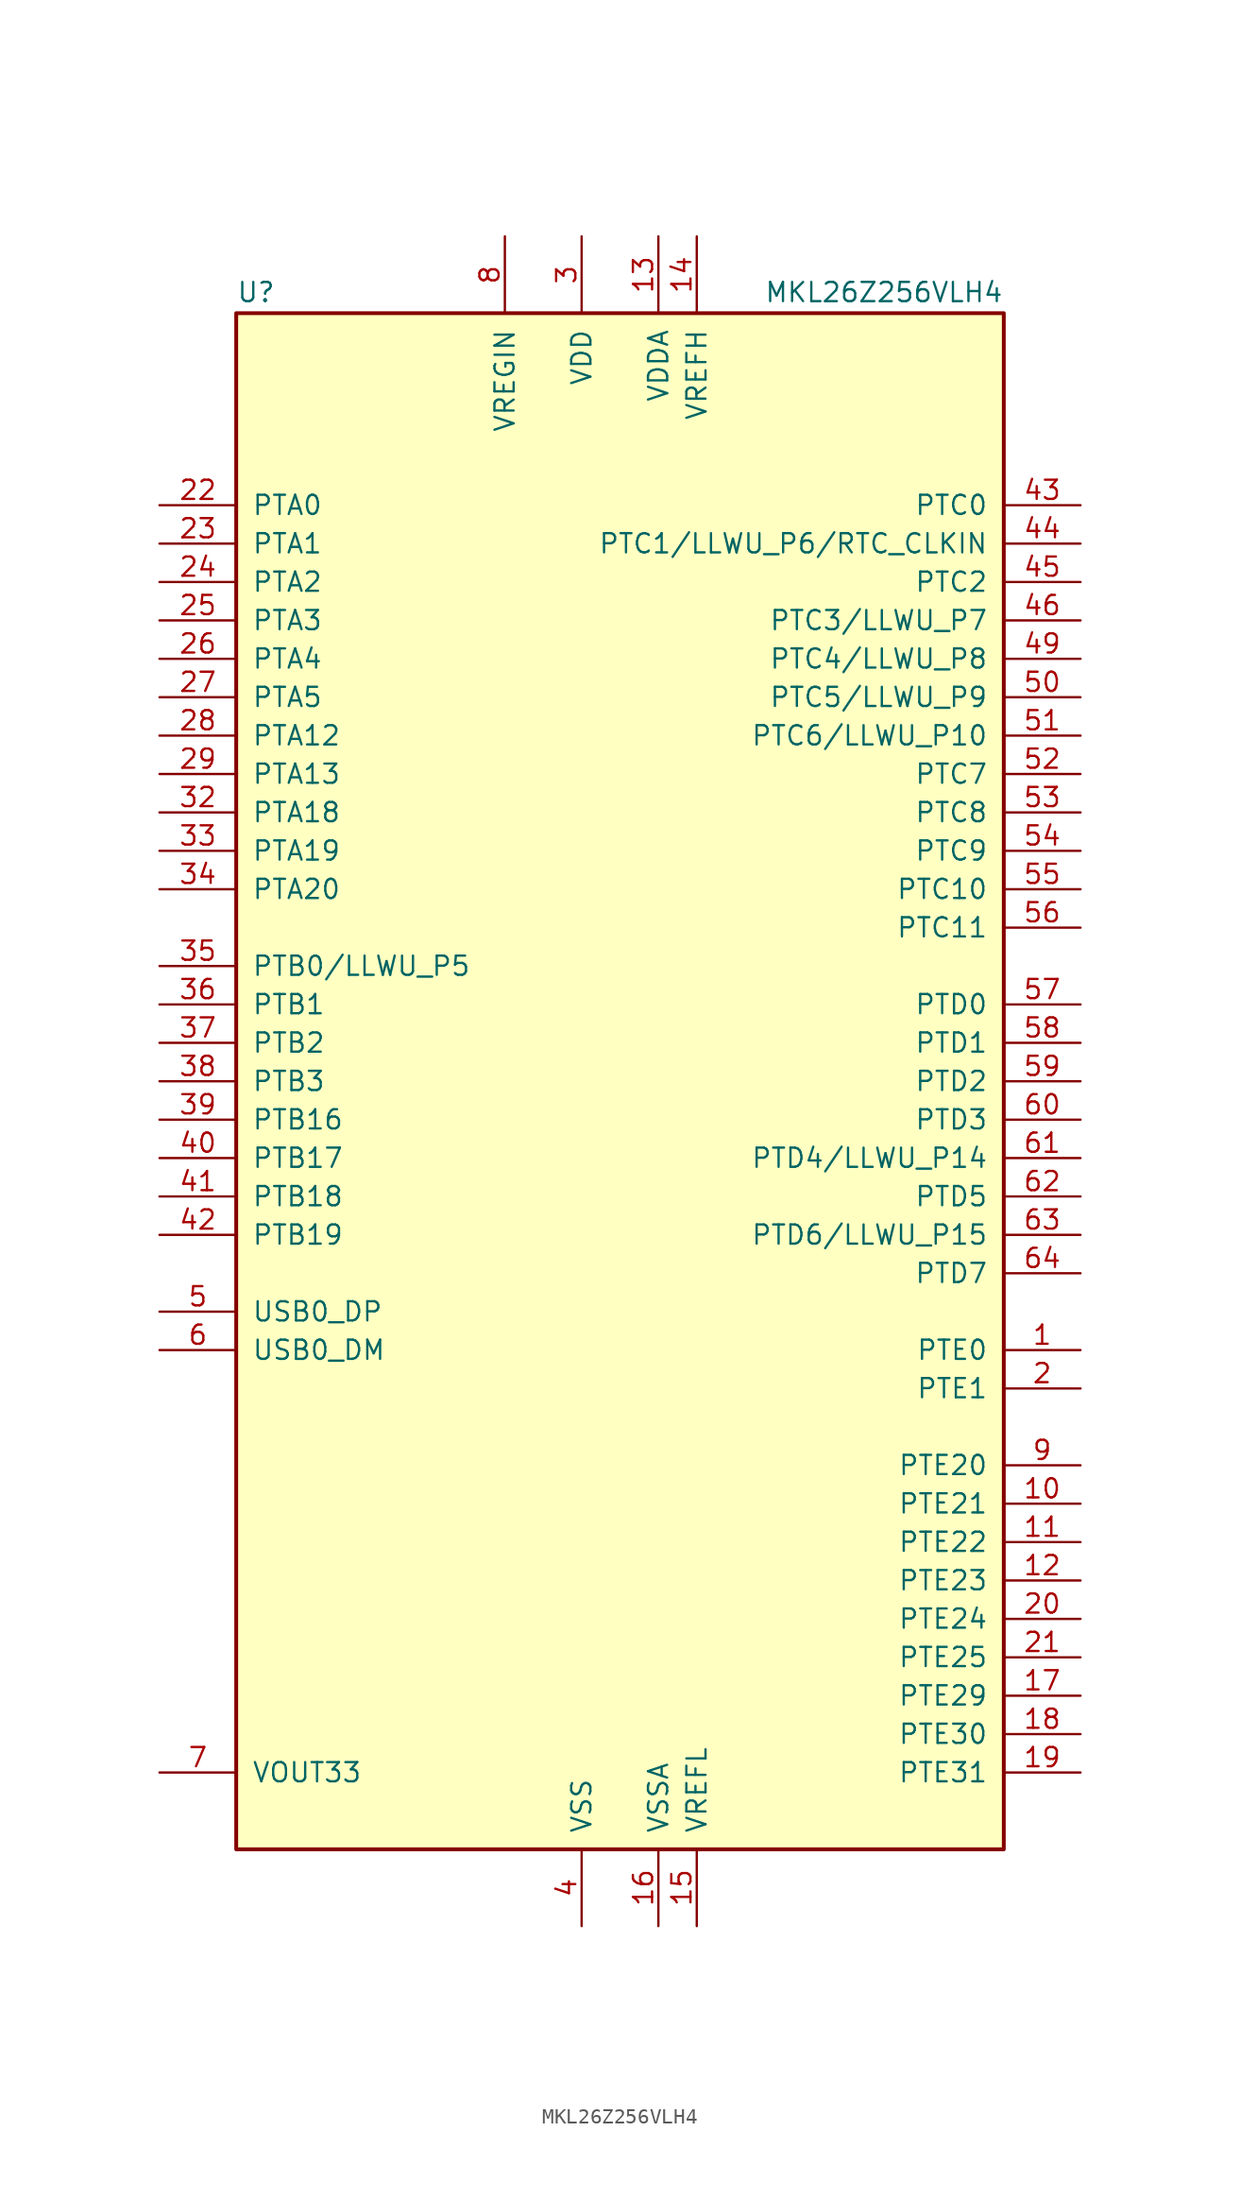
<source format=kicad_sym>
(kicad_symbol_lib
  (version 20211014)
  (generator kicad_symbol_editor)
  (symbol "MKL26Z256VLH4"
    (pin_names
      (offset 1.016))
    (property "Reference" "U"
      (at -25.4 51.435 0)
      (effects (font (size 1.27 1.27)) (justify left bottom)))
    (property "Value" "MKL26Z256VLH4"
      (at 25.4 51.435 0)
      (effects (font (size 1.27 1.27)) (justify right bottom)))
    (symbol "MKL26Z256VLH4_0_1"
      (rectangle (start -25.4 50.8) (end 25.4 -50.8) (stroke (width 0.254) (type default) (color 0 0 0 0)) (fill (type background))))
    (symbol "MKL26Z256VLH4_1_1"
      (pin bidirectional line (at 30.48 -17.78 180) (length 5.08) (name "PTE0" (effects (font (size 1.27 1.27)))) (number "1" (effects (font (size 1.27 1.27)))))
      (pin bidirectional line (at 30.48 -27.94 180) (length 5.08) (name "PTE21" (effects (font (size 1.27 1.27)))) (number "10" (effects (font (size 1.27 1.27)))))
      (pin bidirectional line (at 30.48 -30.48 180) (length 5.08) (name "PTE22" (effects (font (size 1.27 1.27)))) (number "11" (effects (font (size 1.27 1.27)))))
      (pin bidirectional line (at 30.48 -33.02 180) (length 5.08) (name "PTE23" (effects (font (size 1.27 1.27)))) (number "12" (effects (font (size 1.27 1.27)))))
      (pin power_in line (at 2.54 55.88 270) (length 5.08) (name "VDDA" (effects (font (size 1.27 1.27)))) (number "13" (effects (font (size 1.27 1.27)))))
      (pin power_in line (at 5.08 55.88 270) (length 5.08) (name "VREFH" (effects (font (size 1.27 1.27)))) (number "14" (effects (font (size 1.27 1.27)))))
      (pin power_in line (at 5.08 -55.88 90) (length 5.08) (name "VREFL" (effects (font (size 1.27 1.27)))) (number "15" (effects (font (size 1.27 1.27)))))
      (pin power_in line (at 2.54 -55.88 90) (length 5.08) (name "VSSA" (effects (font (size 1.27 1.27)))) (number "16" (effects (font (size 1.27 1.27)))))
      (pin bidirectional line (at 30.48 -40.64 180) (length 5.08) (name "PTE29" (effects (font (size 1.27 1.27)))) (number "17" (effects (font (size 1.27 1.27)))))
      (pin bidirectional line (at 30.48 -43.18 180) (length 5.08) (name "PTE30" (effects (font (size 1.27 1.27)))) (number "18" (effects (font (size 1.27 1.27)))))
      (pin bidirectional line (at 30.48 -45.72 180) (length 5.08) (name "PTE31" (effects (font (size 1.27 1.27)))) (number "19" (effects (font (size 1.27 1.27)))))
      (pin bidirectional line (at 30.48 -20.32 180) (length 5.08) (name "PTE1" (effects (font (size 1.27 1.27)))) (number "2" (effects (font (size 1.27 1.27)))))
      (pin bidirectional line (at 30.48 -35.56 180) (length 5.08) (name "PTE24" (effects (font (size 1.27 1.27)))) (number "20" (effects (font (size 1.27 1.27)))))
      (pin bidirectional line (at 30.48 -38.1 180) (length 5.08) (name "PTE25" (effects (font (size 1.27 1.27)))) (number "21" (effects (font (size 1.27 1.27)))))
      (pin bidirectional line (at -30.48 38.1 0) (length 5.08) (name "PTA0" (effects (font (size 1.27 1.27)))) (number "22" (effects (font (size 1.27 1.27)))))
      (pin bidirectional line (at -30.48 35.56 0) (length 5.08) (name "PTA1" (effects (font (size 1.27 1.27)))) (number "23" (effects (font (size 1.27 1.27)))))
      (pin bidirectional line (at -30.48 33.02 0) (length 5.08) (name "PTA2" (effects (font (size 1.27 1.27)))) (number "24" (effects (font (size 1.27 1.27)))))
      (pin bidirectional line (at -30.48 30.48 0) (length 5.08) (name "PTA3" (effects (font (size 1.27 1.27)))) (number "25" (effects (font (size 1.27 1.27)))))
      (pin bidirectional line (at -30.48 27.94 0) (length 5.08) (name "PTA4" (effects (font (size 1.27 1.27)))) (number "26" (effects (font (size 1.27 1.27)))))
      (pin bidirectional line (at -30.48 25.4 0) (length 5.08) (name "PTA5" (effects (font (size 1.27 1.27)))) (number "27" (effects (font (size 1.27 1.27)))))
      (pin bidirectional line (at -30.48 22.86 0) (length 5.08) (name "PTA12" (effects (font (size 1.27 1.27)))) (number "28" (effects (font (size 1.27 1.27)))))
      (pin bidirectional line (at -30.48 20.32 0) (length 5.08) (name "PTA13" (effects (font (size 1.27 1.27)))) (number "29" (effects (font (size 1.27 1.27)))))
      (pin power_in line (at -2.54 55.88 270) (length 5.08) (name "VDD" (effects (font (size 1.27 1.27)))) (number "3" (effects (font (size 1.27 1.27)))))
      (pin passive line (at -2.54 55.88 270) (length 5.08) hide (name "VDD" (effects (font (size 1.27 1.27)))) (number "30" (effects (font (size 1.27 1.27)))))
      (pin passive line (at -2.54 -55.88 90) (length 5.08) hide (name "VSS" (effects (font (size 1.27 1.27)))) (number "31" (effects (font (size 1.27 1.27)))))
      (pin bidirectional line (at -30.48 17.78 0) (length 5.08) (name "PTA18" (effects (font (size 1.27 1.27)))) (number "32" (effects (font (size 1.27 1.27)))))
      (pin bidirectional line (at -30.48 15.24 0) (length 5.08) (name "PTA19" (effects (font (size 1.27 1.27)))) (number "33" (effects (font (size 1.27 1.27)))))
      (pin bidirectional line (at -30.48 12.7 0) (length 5.08) (name "PTA20" (effects (font (size 1.27 1.27)))) (number "34" (effects (font (size 1.27 1.27)))))
      (pin bidirectional line (at -30.48 7.62 0) (length 5.08) (name "PTB0/LLWU_P5" (effects (font (size 1.27 1.27)))) (number "35" (effects (font (size 1.27 1.27)))))
      (pin bidirectional line (at -30.48 5.08 0) (length 5.08) (name "PTB1" (effects (font (size 1.27 1.27)))) (number "36" (effects (font (size 1.27 1.27)))))
      (pin bidirectional line (at -30.48 2.54 0) (length 5.08) (name "PTB2" (effects (font (size 1.27 1.27)))) (number "37" (effects (font (size 1.27 1.27)))))
      (pin bidirectional line (at -30.48 0 0) (length 5.08) (name "PTB3" (effects (font (size 1.27 1.27)))) (number "38" (effects (font (size 1.27 1.27)))))
      (pin bidirectional line (at -30.48 -2.54 0) (length 5.08) (name "PTB16" (effects (font (size 1.27 1.27)))) (number "39" (effects (font (size 1.27 1.27)))))
      (pin power_in line (at -2.54 -55.88 90) (length 5.08) (name "VSS" (effects (font (size 1.27 1.27)))) (number "4" (effects (font (size 1.27 1.27)))))
      (pin bidirectional line (at -30.48 -5.08 0) (length 5.08) (name "PTB17" (effects (font (size 1.27 1.27)))) (number "40" (effects (font (size 1.27 1.27)))))
      (pin bidirectional line (at -30.48 -7.62 0) (length 5.08) (name "PTB18" (effects (font (size 1.27 1.27)))) (number "41" (effects (font (size 1.27 1.27)))))
      (pin bidirectional line (at -30.48 -10.16 0) (length 5.08) (name "PTB19" (effects (font (size 1.27 1.27)))) (number "42" (effects (font (size 1.27 1.27)))))
      (pin bidirectional line (at 30.48 38.1 180) (length 5.08) (name "PTC0" (effects (font (size 1.27 1.27)))) (number "43" (effects (font (size 1.27 1.27)))))
      (pin bidirectional line (at 30.48 35.56 180) (length 5.08) (name "PTC1/LLWU_P6/RTC_CLKIN" (effects (font (size 1.27 1.27)))) (number "44" (effects (font (size 1.27 1.27)))))
      (pin bidirectional line (at 30.48 33.02 180) (length 5.08) (name "PTC2" (effects (font (size 1.27 1.27)))) (number "45" (effects (font (size 1.27 1.27)))))
      (pin bidirectional line (at 30.48 30.48 180) (length 5.08) (name "PTC3/LLWU_P7" (effects (font (size 1.27 1.27)))) (number "46" (effects (font (size 1.27 1.27)))))
      (pin passive line (at -2.54 -55.88 90) (length 5.08) hide (name "VSS" (effects (font (size 1.27 1.27)))) (number "47" (effects (font (size 1.27 1.27)))))
      (pin passive line (at -2.54 55.88 270) (length 5.08) hide (name "VDD" (effects (font (size 1.27 1.27)))) (number "48" (effects (font (size 1.27 1.27)))))
      (pin bidirectional line (at 30.48 27.94 180) (length 5.08) (name "PTC4/LLWU_P8" (effects (font (size 1.27 1.27)))) (number "49" (effects (font (size 1.27 1.27)))))
      (pin bidirectional line (at -30.48 -15.24 0) (length 5.08) (name "USB0_DP" (effects (font (size 1.27 1.27)))) (number "5" (effects (font (size 1.27 1.27)))))
      (pin bidirectional line (at 30.48 25.4 180) (length 5.08) (name "PTC5/LLWU_P9" (effects (font (size 1.27 1.27)))) (number "50" (effects (font (size 1.27 1.27)))))
      (pin bidirectional line (at 30.48 22.86 180) (length 5.08) (name "PTC6/LLWU_P10" (effects (font (size 1.27 1.27)))) (number "51" (effects (font (size 1.27 1.27)))))
      (pin bidirectional line (at 30.48 20.32 180) (length 5.08) (name "PTC7" (effects (font (size 1.27 1.27)))) (number "52" (effects (font (size 1.27 1.27)))))
      (pin bidirectional line (at 30.48 17.78 180) (length 5.08) (name "PTC8" (effects (font (size 1.27 1.27)))) (number "53" (effects (font (size 1.27 1.27)))))
      (pin bidirectional line (at 30.48 15.24 180) (length 5.08) (name "PTC9" (effects (font (size 1.27 1.27)))) (number "54" (effects (font (size 1.27 1.27)))))
      (pin bidirectional line (at 30.48 12.7 180) (length 5.08) (name "PTC10" (effects (font (size 1.27 1.27)))) (number "55" (effects (font (size 1.27 1.27)))))
      (pin bidirectional line (at 30.48 10.16 180) (length 5.08) (name "PTC11" (effects (font (size 1.27 1.27)))) (number "56" (effects (font (size 1.27 1.27)))))
      (pin bidirectional line (at 30.48 5.08 180) (length 5.08) (name "PTD0" (effects (font (size 1.27 1.27)))) (number "57" (effects (font (size 1.27 1.27)))))
      (pin bidirectional line (at 30.48 2.54 180) (length 5.08) (name "PTD1" (effects (font (size 1.27 1.27)))) (number "58" (effects (font (size 1.27 1.27)))))
      (pin bidirectional line (at 30.48 0 180) (length 5.08) (name "PTD2" (effects (font (size 1.27 1.27)))) (number "59" (effects (font (size 1.27 1.27)))))
      (pin bidirectional line (at -30.48 -17.78 0) (length 5.08) (name "USB0_DM" (effects (font (size 1.27 1.27)))) (number "6" (effects (font (size 1.27 1.27)))))
      (pin bidirectional line (at 30.48 -2.54 180) (length 5.08) (name "PTD3" (effects (font (size 1.27 1.27)))) (number "60" (effects (font (size 1.27 1.27)))))
      (pin bidirectional line (at 30.48 -5.08 180) (length 5.08) (name "PTD4/LLWU_P14" (effects (font (size 1.27 1.27)))) (number "61" (effects (font (size 1.27 1.27)))))
      (pin bidirectional line (at 30.48 -7.62 180) (length 5.08) (name "PTD5" (effects (font (size 1.27 1.27)))) (number "62" (effects (font (size 1.27 1.27)))))
      (pin bidirectional line (at 30.48 -10.16 180) (length 5.08) (name "PTD6/LLWU_P15" (effects (font (size 1.27 1.27)))) (number "63" (effects (font (size 1.27 1.27)))))
      (pin bidirectional line (at 30.48 -12.7 180) (length 5.08) (name "PTD7" (effects (font (size 1.27 1.27)))) (number "64" (effects (font (size 1.27 1.27)))))
      (pin power_out line (at -30.48 -45.72 0) (length 5.08) (name "VOUT33" (effects (font (size 1.27 1.27)))) (number "7" (effects (font (size 1.27 1.27)))))
      (pin power_in line (at -7.62 55.88 270) (length 5.08) (name "VREGIN" (effects (font (size 1.27 1.27)))) (number "8" (effects (font (size 1.27 1.27)))))
      (pin bidirectional line (at 30.48 -25.4 180) (length 5.08) (name "PTE20" (effects (font (size 1.27 1.27)))) (number "9" (effects (font (size 1.27 1.27))))))))
</source>
